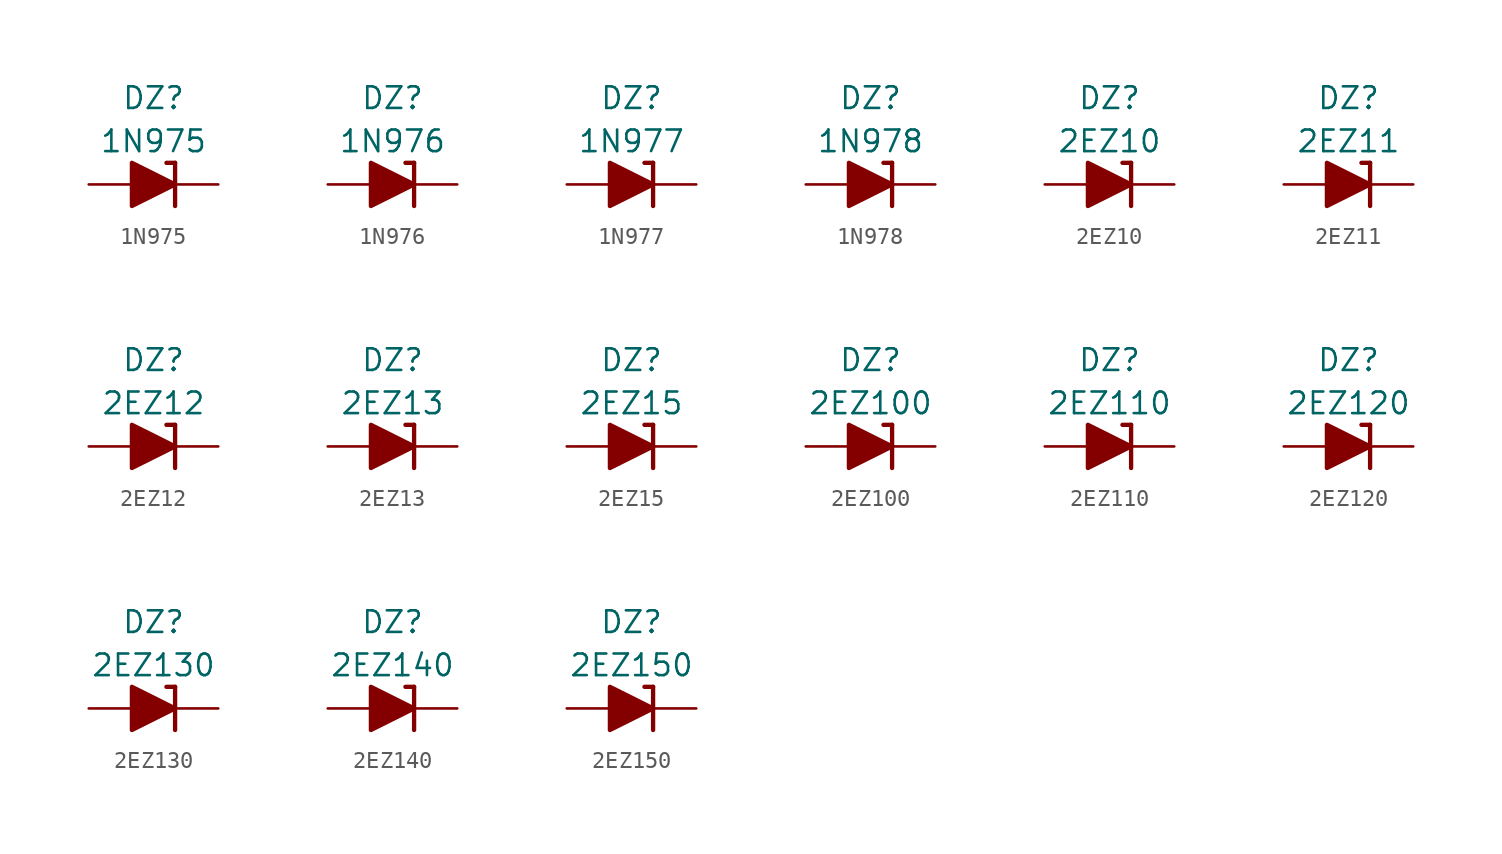
<source format=kicad_sym>
(kicad_symbol_lib
  (version 20201005)
  (generator kicad_symbol_editor)
  (symbol "Diode_Zener_AKL:1N975"
    (pin_numbers hide)
    (pin_names
      (offset 1.016) hide)
    (property "Reference" "DZ"
      (at 0 5.08 0)
      (effects (font (size 1.27 1.27))))
    (property "Value" "1N975"
      (at 0 2.54 0)
      (effects (font (size 1.27 1.27))))
    (symbol "1N975_0_1"
      (polyline (pts (xy -1.27 0) (xy 1.27 0)) (stroke (width 0)) (fill (type none)))
      (polyline (pts (xy 1.27 1.27) (xy 0.762 1.27)) (stroke (width 0.254)) (fill (type none)))
      (polyline (pts (xy 1.27 1.27) (xy 1.27 -1.27)) (stroke (width 0.254)) (fill (type none)))
      (polyline (pts (xy -1.27 -1.27) (xy -1.27 1.27) (xy 1.27 0) (xy -1.27 -1.27)) (stroke (width 0.254)) (fill (type outline))))
    (symbol "1N975_1_1"
      (pin passive line (at 3.81 0 180) (length 2.54) (name "K" (effects (font (size 1.27 1.27)))) (number "1" (effects (font (size 1.27 1.27)))))
      (pin passive line (at -3.81 0 0) (length 2.54) (name "A" (effects (font (size 1.27 1.27)))) (number "2" (effects (font (size 1.27 1.27)))))))
  (symbol "Diode_Zener_AKL:1N976"
    (pin_numbers hide)
    (pin_names
      (offset 1.016) hide)
    (property "Reference" "DZ"
      (at 0 5.08 0)
      (effects (font (size 1.27 1.27))))
    (property "Value" "1N976"
      (at 0 2.54 0)
      (effects (font (size 1.27 1.27))))
    (symbol "1N976_0_1"
      (polyline (pts (xy -1.27 0) (xy 1.27 0)) (stroke (width 0)) (fill (type none)))
      (polyline (pts (xy 1.27 1.27) (xy 0.762 1.27)) (stroke (width 0.254)) (fill (type none)))
      (polyline (pts (xy 1.27 1.27) (xy 1.27 -1.27)) (stroke (width 0.254)) (fill (type none)))
      (polyline (pts (xy -1.27 -1.27) (xy -1.27 1.27) (xy 1.27 0) (xy -1.27 -1.27)) (stroke (width 0.254)) (fill (type outline))))
    (symbol "1N976_1_1"
      (pin passive line (at 3.81 0 180) (length 2.54) (name "K" (effects (font (size 1.27 1.27)))) (number "1" (effects (font (size 1.27 1.27)))))
      (pin passive line (at -3.81 0 0) (length 2.54) (name "A" (effects (font (size 1.27 1.27)))) (number "2" (effects (font (size 1.27 1.27)))))))
  (symbol "Diode_Zener_AKL:1N977"
    (pin_numbers hide)
    (pin_names
      (offset 1.016) hide)
    (property "Reference" "DZ"
      (at 0 5.08 0)
      (effects (font (size 1.27 1.27))))
    (property "Value" "1N977"
      (at 0 2.54 0)
      (effects (font (size 1.27 1.27))))
    (symbol "1N977_0_1"
      (polyline (pts (xy -1.27 0) (xy 1.27 0)) (stroke (width 0)) (fill (type none)))
      (polyline (pts (xy 1.27 1.27) (xy 0.762 1.27)) (stroke (width 0.254)) (fill (type none)))
      (polyline (pts (xy 1.27 1.27) (xy 1.27 -1.27)) (stroke (width 0.254)) (fill (type none)))
      (polyline (pts (xy -1.27 -1.27) (xy -1.27 1.27) (xy 1.27 0) (xy -1.27 -1.27)) (stroke (width 0.254)) (fill (type outline))))
    (symbol "1N977_1_1"
      (pin passive line (at 3.81 0 180) (length 2.54) (name "K" (effects (font (size 1.27 1.27)))) (number "1" (effects (font (size 1.27 1.27)))))
      (pin passive line (at -3.81 0 0) (length 2.54) (name "A" (effects (font (size 1.27 1.27)))) (number "2" (effects (font (size 1.27 1.27)))))))
  (symbol "Diode_Zener_AKL:1N978"
    (pin_numbers hide)
    (pin_names
      (offset 1.016) hide)
    (property "Reference" "DZ"
      (at 0 5.08 0)
      (effects (font (size 1.27 1.27))))
    (property "Value" "1N978"
      (at 0 2.54 0)
      (effects (font (size 1.27 1.27))))
    (symbol "1N978_0_1"
      (polyline (pts (xy -1.27 0) (xy 1.27 0)) (stroke (width 0)) (fill (type none)))
      (polyline (pts (xy 1.27 1.27) (xy 0.762 1.27)) (stroke (width 0.254)) (fill (type none)))
      (polyline (pts (xy 1.27 1.27) (xy 1.27 -1.27)) (stroke (width 0.254)) (fill (type none)))
      (polyline (pts (xy -1.27 -1.27) (xy -1.27 1.27) (xy 1.27 0) (xy -1.27 -1.27)) (stroke (width 0.254)) (fill (type outline))))
    (symbol "1N978_1_1"
      (pin passive line (at 3.81 0 180) (length 2.54) (name "K" (effects (font (size 1.27 1.27)))) (number "1" (effects (font (size 1.27 1.27)))))
      (pin passive line (at -3.81 0 0) (length 2.54) (name "A" (effects (font (size 1.27 1.27)))) (number "2" (effects (font (size 1.27 1.27)))))))
  (symbol "Diode_Zener_AKL:2EZ10"
    (pin_numbers hide)
    (pin_names
      (offset 1.016) hide)
    (property "Reference" "DZ"
      (at 0 5.08 0)
      (effects (font (size 1.27 1.27))))
    (property "Value" "2EZ10"
      (at 0 2.54 0)
      (effects (font (size 1.27 1.27))))
    (symbol "2EZ10_0_1"
      (polyline (pts (xy -1.27 0) (xy 1.27 0)) (stroke (width 0)) (fill (type none)))
      (polyline (pts (xy 1.27 1.27) (xy 0.762 1.27)) (stroke (width 0.254)) (fill (type none)))
      (polyline (pts (xy 1.27 1.27) (xy 1.27 -1.27)) (stroke (width 0.254)) (fill (type none)))
      (polyline (pts (xy -1.27 -1.27) (xy -1.27 1.27) (xy 1.27 0) (xy -1.27 -1.27)) (stroke (width 0.254)) (fill (type outline))))
    (symbol "2EZ10_1_1"
      (pin passive line (at 3.81 0 180) (length 2.54) (name "K" (effects (font (size 1.27 1.27)))) (number "1" (effects (font (size 1.27 1.27)))))
      (pin passive line (at -3.81 0 0) (length 2.54) (name "A" (effects (font (size 1.27 1.27)))) (number "2" (effects (font (size 1.27 1.27)))))))
  (symbol "Diode_Zener_AKL:2EZ11"
    (pin_numbers hide)
    (pin_names
      (offset 1.016) hide)
    (property "Reference" "DZ"
      (at 0 5.08 0)
      (effects (font (size 1.27 1.27))))
    (property "Value" "2EZ11"
      (at 0 2.54 0)
      (effects (font (size 1.27 1.27))))
    (symbol "2EZ11_0_1"
      (polyline (pts (xy -1.27 0) (xy 1.27 0)) (stroke (width 0)) (fill (type none)))
      (polyline (pts (xy 1.27 1.27) (xy 0.762 1.27)) (stroke (width 0.254)) (fill (type none)))
      (polyline (pts (xy 1.27 1.27) (xy 1.27 -1.27)) (stroke (width 0.254)) (fill (type none)))
      (polyline (pts (xy -1.27 -1.27) (xy -1.27 1.27) (xy 1.27 0) (xy -1.27 -1.27)) (stroke (width 0.254)) (fill (type outline))))
    (symbol "2EZ11_1_1"
      (pin passive line (at 3.81 0 180) (length 2.54) (name "K" (effects (font (size 1.27 1.27)))) (number "1" (effects (font (size 1.27 1.27)))))
      (pin passive line (at -3.81 0 0) (length 2.54) (name "A" (effects (font (size 1.27 1.27)))) (number "2" (effects (font (size 1.27 1.27)))))))
  (symbol "Diode_Zener_AKL:2EZ12"
    (pin_numbers hide)
    (pin_names
      (offset 1.016) hide)
    (property "Reference" "DZ"
      (at 0 5.08 0)
      (effects (font (size 1.27 1.27))))
    (property "Value" "2EZ12"
      (at 0 2.54 0)
      (effects (font (size 1.27 1.27))))
    (symbol "2EZ12_0_1"
      (polyline (pts (xy -1.27 0) (xy 1.27 0)) (stroke (width 0)) (fill (type none)))
      (polyline (pts (xy 1.27 1.27) (xy 0.762 1.27)) (stroke (width 0.254)) (fill (type none)))
      (polyline (pts (xy 1.27 1.27) (xy 1.27 -1.27)) (stroke (width 0.254)) (fill (type none)))
      (polyline (pts (xy -1.27 -1.27) (xy -1.27 1.27) (xy 1.27 0) (xy -1.27 -1.27)) (stroke (width 0.254)) (fill (type outline))))
    (symbol "2EZ12_1_1"
      (pin passive line (at 3.81 0 180) (length 2.54) (name "K" (effects (font (size 1.27 1.27)))) (number "1" (effects (font (size 1.27 1.27)))))
      (pin passive line (at -3.81 0 0) (length 2.54) (name "A" (effects (font (size 1.27 1.27)))) (number "2" (effects (font (size 1.27 1.27)))))))
  (symbol "Diode_Zener_AKL:2EZ13"
    (pin_numbers hide)
    (pin_names
      (offset 1.016) hide)
    (property "Reference" "DZ"
      (at 0 5.08 0)
      (effects (font (size 1.27 1.27))))
    (property "Value" "2EZ13"
      (at 0 2.54 0)
      (effects (font (size 1.27 1.27))))
    (symbol "2EZ13_0_1"
      (polyline (pts (xy -1.27 0) (xy 1.27 0)) (stroke (width 0)) (fill (type none)))
      (polyline (pts (xy 1.27 1.27) (xy 0.762 1.27)) (stroke (width 0.254)) (fill (type none)))
      (polyline (pts (xy 1.27 1.27) (xy 1.27 -1.27)) (stroke (width 0.254)) (fill (type none)))
      (polyline (pts (xy -1.27 -1.27) (xy -1.27 1.27) (xy 1.27 0) (xy -1.27 -1.27)) (stroke (width 0.254)) (fill (type outline))))
    (symbol "2EZ13_1_1"
      (pin passive line (at 3.81 0 180) (length 2.54) (name "K" (effects (font (size 1.27 1.27)))) (number "1" (effects (font (size 1.27 1.27)))))
      (pin passive line (at -3.81 0 0) (length 2.54) (name "A" (effects (font (size 1.27 1.27)))) (number "2" (effects (font (size 1.27 1.27)))))))
  (symbol "Diode_Zener_AKL:2EZ15"
    (pin_numbers hide)
    (pin_names
      (offset 1.016) hide)
    (property "Reference" "DZ"
      (at 0 5.08 0)
      (effects (font (size 1.27 1.27))))
    (property "Value" "2EZ15"
      (at 0 2.54 0)
      (effects (font (size 1.27 1.27))))
    (symbol "2EZ15_0_1"
      (polyline (pts (xy -1.27 0) (xy 1.27 0)) (stroke (width 0)) (fill (type none)))
      (polyline (pts (xy 1.27 1.27) (xy 0.762 1.27)) (stroke (width 0.254)) (fill (type none)))
      (polyline (pts (xy 1.27 1.27) (xy 1.27 -1.27)) (stroke (width 0.254)) (fill (type none)))
      (polyline (pts (xy -1.27 -1.27) (xy -1.27 1.27) (xy 1.27 0) (xy -1.27 -1.27)) (stroke (width 0.254)) (fill (type outline))))
    (symbol "2EZ15_1_1"
      (pin passive line (at 3.81 0 180) (length 2.54) (name "K" (effects (font (size 1.27 1.27)))) (number "1" (effects (font (size 1.27 1.27)))))
      (pin passive line (at -3.81 0 0) (length 2.54) (name "A" (effects (font (size 1.27 1.27)))) (number "2" (effects (font (size 1.27 1.27)))))))
  (symbol "Diode_Zener_AKL:2EZ100"
    (pin_numbers hide)
    (pin_names
      (offset 1.016) hide)
    (property "Reference" "DZ"
      (at 0 5.08 0)
      (effects (font (size 1.27 1.27))))
    (property "Value" "2EZ100"
      (at 0 2.54 0)
      (effects (font (size 1.27 1.27))))
    (symbol "2EZ100_0_1"
      (polyline (pts (xy -1.27 0) (xy 1.27 0)) (stroke (width 0)) (fill (type none)))
      (polyline (pts (xy 1.27 1.27) (xy 0.762 1.27)) (stroke (width 0.254)) (fill (type none)))
      (polyline (pts (xy 1.27 1.27) (xy 1.27 -1.27)) (stroke (width 0.254)) (fill (type none)))
      (polyline (pts (xy -1.27 -1.27) (xy -1.27 1.27) (xy 1.27 0) (xy -1.27 -1.27)) (stroke (width 0.254)) (fill (type outline))))
    (symbol "2EZ100_1_1"
      (pin passive line (at 3.81 0 180) (length 2.54) (name "K" (effects (font (size 1.27 1.27)))) (number "1" (effects (font (size 1.27 1.27)))))
      (pin passive line (at -3.81 0 0) (length 2.54) (name "A" (effects (font (size 1.27 1.27)))) (number "2" (effects (font (size 1.27 1.27)))))))
  (symbol "Diode_Zener_AKL:2EZ110"
    (pin_numbers hide)
    (pin_names
      (offset 1.016) hide)
    (property "Reference" "DZ"
      (at 0 5.08 0)
      (effects (font (size 1.27 1.27))))
    (property "Value" "2EZ110"
      (at 0 2.54 0)
      (effects (font (size 1.27 1.27))))
    (symbol "2EZ110_0_1"
      (polyline (pts (xy -1.27 0) (xy 1.27 0)) (stroke (width 0)) (fill (type none)))
      (polyline (pts (xy 1.27 1.27) (xy 0.762 1.27)) (stroke (width 0.254)) (fill (type none)))
      (polyline (pts (xy 1.27 1.27) (xy 1.27 -1.27)) (stroke (width 0.254)) (fill (type none)))
      (polyline (pts (xy -1.27 -1.27) (xy -1.27 1.27) (xy 1.27 0) (xy -1.27 -1.27)) (stroke (width 0.254)) (fill (type outline))))
    (symbol "2EZ110_1_1"
      (pin passive line (at 3.81 0 180) (length 2.54) (name "K" (effects (font (size 1.27 1.27)))) (number "1" (effects (font (size 1.27 1.27)))))
      (pin passive line (at -3.81 0 0) (length 2.54) (name "A" (effects (font (size 1.27 1.27)))) (number "2" (effects (font (size 1.27 1.27)))))))
  (symbol "Diode_Zener_AKL:2EZ120"
    (pin_numbers hide)
    (pin_names
      (offset 1.016) hide)
    (property "Reference" "DZ"
      (at 0 5.08 0)
      (effects (font (size 1.27 1.27))))
    (property "Value" "2EZ120"
      (at 0 2.54 0)
      (effects (font (size 1.27 1.27))))
    (symbol "2EZ120_0_1"
      (polyline (pts (xy -1.27 0) (xy 1.27 0)) (stroke (width 0)) (fill (type none)))
      (polyline (pts (xy 1.27 1.27) (xy 0.762 1.27)) (stroke (width 0.254)) (fill (type none)))
      (polyline (pts (xy 1.27 1.27) (xy 1.27 -1.27)) (stroke (width 0.254)) (fill (type none)))
      (polyline (pts (xy -1.27 -1.27) (xy -1.27 1.27) (xy 1.27 0) (xy -1.27 -1.27)) (stroke (width 0.254)) (fill (type outline))))
    (symbol "2EZ120_1_1"
      (pin passive line (at 3.81 0 180) (length 2.54) (name "K" (effects (font (size 1.27 1.27)))) (number "1" (effects (font (size 1.27 1.27)))))
      (pin passive line (at -3.81 0 0) (length 2.54) (name "A" (effects (font (size 1.27 1.27)))) (number "2" (effects (font (size 1.27 1.27)))))))
  (symbol "Diode_Zener_AKL:2EZ130"
    (pin_numbers hide)
    (pin_names
      (offset 1.016) hide)
    (property "Reference" "DZ"
      (at 0 5.08 0)
      (effects (font (size 1.27 1.27))))
    (property "Value" "2EZ130"
      (at 0 2.54 0)
      (effects (font (size 1.27 1.27))))
    (symbol "2EZ130_0_1"
      (polyline (pts (xy -1.27 0) (xy 1.27 0)) (stroke (width 0)) (fill (type none)))
      (polyline (pts (xy 1.27 1.27) (xy 0.762 1.27)) (stroke (width 0.254)) (fill (type none)))
      (polyline (pts (xy 1.27 1.27) (xy 1.27 -1.27)) (stroke (width 0.254)) (fill (type none)))
      (polyline (pts (xy -1.27 -1.27) (xy -1.27 1.27) (xy 1.27 0) (xy -1.27 -1.27)) (stroke (width 0.254)) (fill (type outline))))
    (symbol "2EZ130_1_1"
      (pin passive line (at 3.81 0 180) (length 2.54) (name "K" (effects (font (size 1.27 1.27)))) (number "1" (effects (font (size 1.27 1.27)))))
      (pin passive line (at -3.81 0 0) (length 2.54) (name "A" (effects (font (size 1.27 1.27)))) (number "2" (effects (font (size 1.27 1.27)))))))
  (symbol "Diode_Zener_AKL:2EZ140"
    (pin_numbers hide)
    (pin_names
      (offset 1.016) hide)
    (property "Reference" "DZ"
      (at 0 5.08 0)
      (effects (font (size 1.27 1.27))))
    (property "Value" "2EZ140"
      (at 0 2.54 0)
      (effects (font (size 1.27 1.27))))
    (symbol "2EZ140_0_1"
      (polyline (pts (xy -1.27 0) (xy 1.27 0)) (stroke (width 0)) (fill (type none)))
      (polyline (pts (xy 1.27 1.27) (xy 0.762 1.27)) (stroke (width 0.254)) (fill (type none)))
      (polyline (pts (xy 1.27 1.27) (xy 1.27 -1.27)) (stroke (width 0.254)) (fill (type none)))
      (polyline (pts (xy -1.27 -1.27) (xy -1.27 1.27) (xy 1.27 0) (xy -1.27 -1.27)) (stroke (width 0.254)) (fill (type outline))))
    (symbol "2EZ140_1_1"
      (pin passive line (at 3.81 0 180) (length 2.54) (name "K" (effects (font (size 1.27 1.27)))) (number "1" (effects (font (size 1.27 1.27)))))
      (pin passive line (at -3.81 0 0) (length 2.54) (name "A" (effects (font (size 1.27 1.27)))) (number "2" (effects (font (size 1.27 1.27)))))))
  (symbol "Diode_Zener_AKL:2EZ150"
    (pin_numbers hide)
    (pin_names
      (offset 1.016) hide)
    (property "Reference" "DZ"
      (at 0 5.08 0)
      (effects (font (size 1.27 1.27))))
    (property "Value" "2EZ150"
      (at 0 2.54 0)
      (effects (font (size 1.27 1.27))))
    (symbol "2EZ150_0_1"
      (polyline (pts (xy -1.27 0) (xy 1.27 0)) (stroke (width 0)) (fill (type none)))
      (polyline (pts (xy 1.27 1.27) (xy 0.762 1.27)) (stroke (width 0.254)) (fill (type none)))
      (polyline (pts (xy 1.27 1.27) (xy 1.27 -1.27)) (stroke (width 0.254)) (fill (type none)))
      (polyline (pts (xy -1.27 -1.27) (xy -1.27 1.27) (xy 1.27 0) (xy -1.27 -1.27)) (stroke (width 0.254)) (fill (type outline))))
    (symbol "2EZ150_1_1"
      (pin passive line (at 3.81 0 180) (length 2.54) (name "K" (effects (font (size 1.27 1.27)))) (number "1" (effects (font (size 1.27 1.27)))))
      (pin passive line (at -3.81 0 0) (length 2.54) (name "A" (effects (font (size 1.27 1.27)))) (number "2" (effects (font (size 1.27 1.27))))))))
</source>
